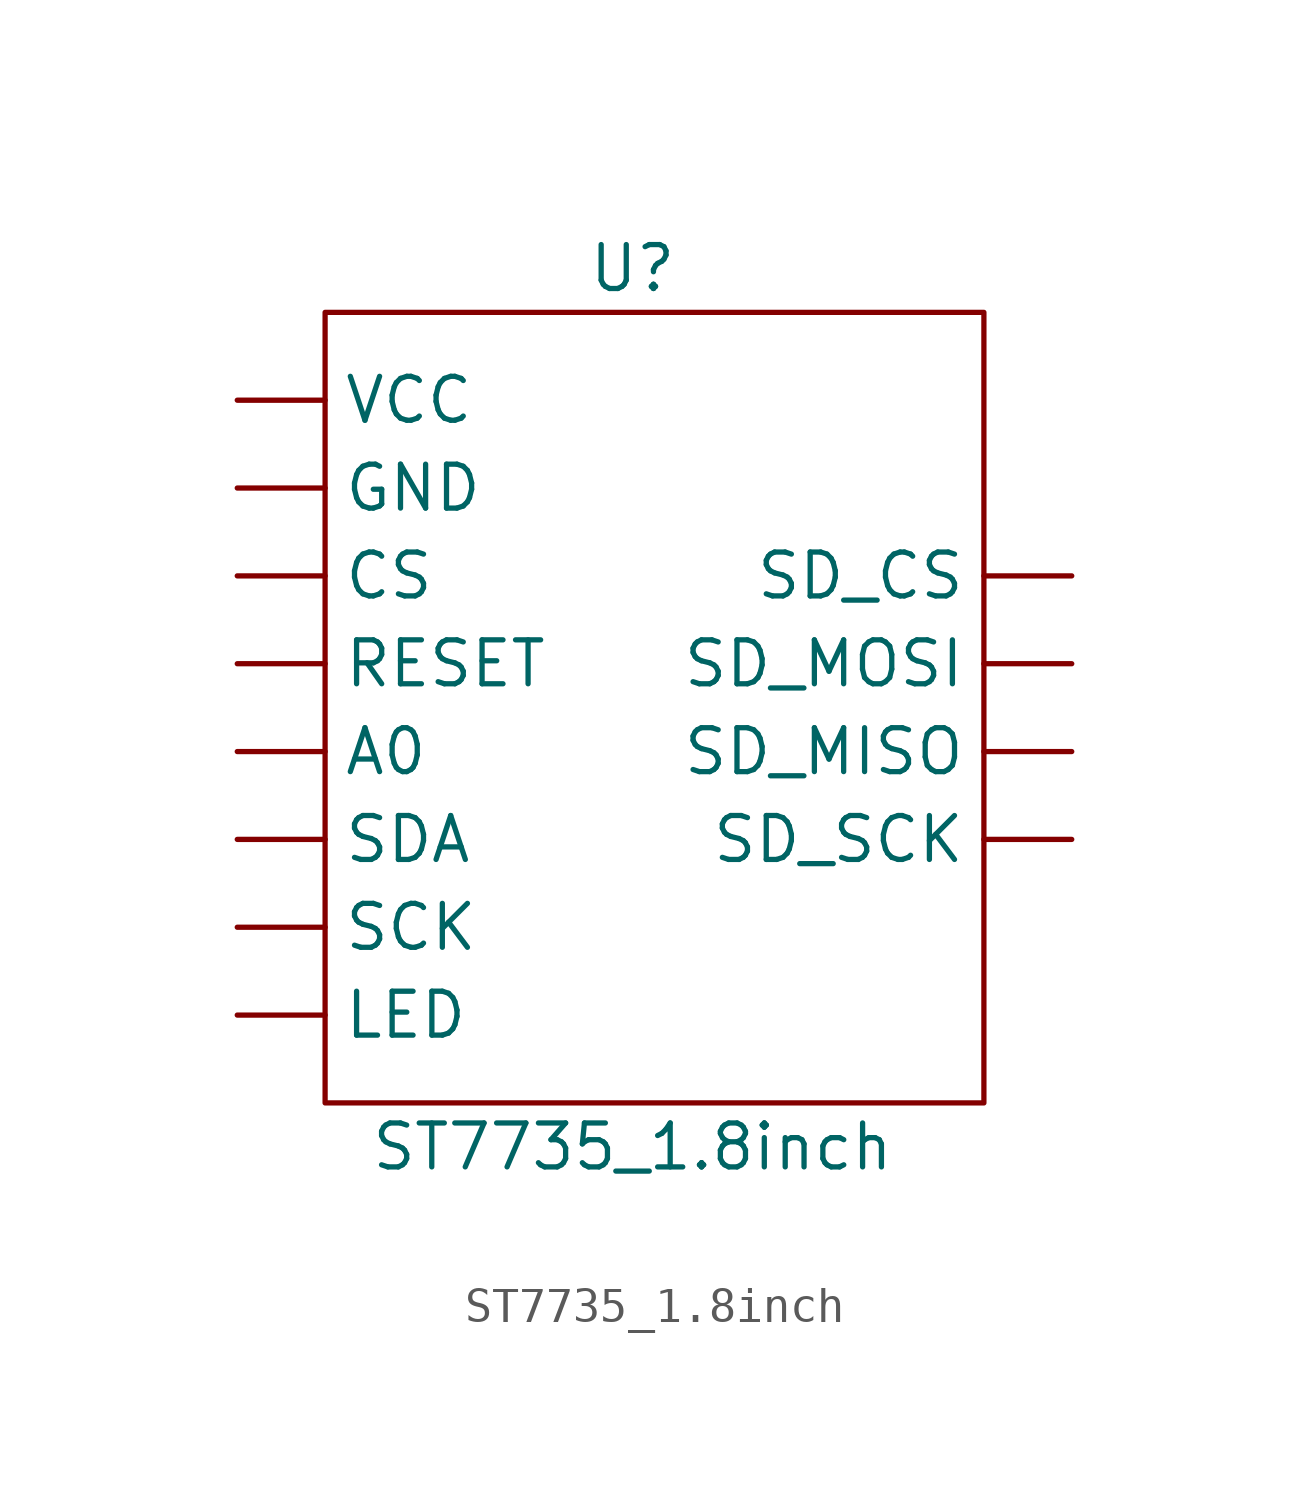
<source format=kicad_sym>
(kicad_symbol_lib
  (version 20211014)
  (generator kicad_symbol_editor)
  (symbol "ST7735_1.8inch"
    (property "Reference" "U"
      (at 0 12.7 0)
      (effects (font (size 1.27 1.27))))
    (property "Value" "ST7735_1.8inch"
      (at 0 -12.7 0)
      (effects (font (size 1.27 1.27))))
    (symbol "ST7735_1.8inch_0_1"
      (rectangle (start -8.89 11.43) (end 10.16 -11.43) (stroke (width 0.152) (type default) (color 0 0 0 0)) (fill (type none))))
    (symbol "ST7735_1.8inch_1_1"
      (pin input line (at -11.43 -1.27 0) (length 2.54) (name "A0" (effects (font (size 1.27 1.27)))) (number "" (effects (font (size 1.27 1.27)))))
      (pin input line (at -11.43 3.81 0) (length 2.54) (name "CS" (effects (font (size 1.27 1.27)))) (number "" (effects (font (size 1.27 1.27)))))
      (pin input line (at -11.43 6.35 0) (length 2.54) (name "GND" (effects (font (size 1.27 1.27)))) (number "" (effects (font (size 1.27 1.27)))))
      (pin input line (at -11.43 -8.89 0) (length 2.54) (name "LED" (effects (font (size 1.27 1.27)))) (number "" (effects (font (size 1.27 1.27)))))
      (pin input line (at -11.43 1.27 0) (length 2.54) (name "RESET" (effects (font (size 1.27 1.27)))) (number "" (effects (font (size 1.27 1.27)))))
      (pin input line (at -11.43 -6.35 0) (length 2.54) (name "SCK" (effects (font (size 1.27 1.27)))) (number "" (effects (font (size 1.27 1.27)))))
      (pin input line (at 12.7 3.81 180) (length 2.54) (name "SD_CS" (effects (font (size 1.27 1.27)))) (number "" (effects (font (size 1.27 1.27)))))
      (pin input line (at 12.7 -1.27 180) (length 2.54) (name "SD_MISO" (effects (font (size 1.27 1.27)))) (number "" (effects (font (size 1.27 1.27)))))
      (pin input line (at 12.7 1.27 180) (length 2.54) (name "SD_MOSI" (effects (font (size 1.27 1.27)))) (number "" (effects (font (size 1.27 1.27)))))
      (pin input line (at 12.7 -3.81 180) (length 2.54) (name "SD_SCK" (effects (font (size 1.27 1.27)))) (number "" (effects (font (size 1.27 1.27)))))
      (pin input line (at -11.43 -3.81 0) (length 2.54) (name "SDA" (effects (font (size 1.27 1.27)))) (number "" (effects (font (size 1.27 1.27)))))
      (pin input line (at -11.43 8.89 0) (length 2.54) (name "VCC" (effects (font (size 1.27 1.27)))) (number "" (effects (font (size 1.27 1.27))))))))
</source>
